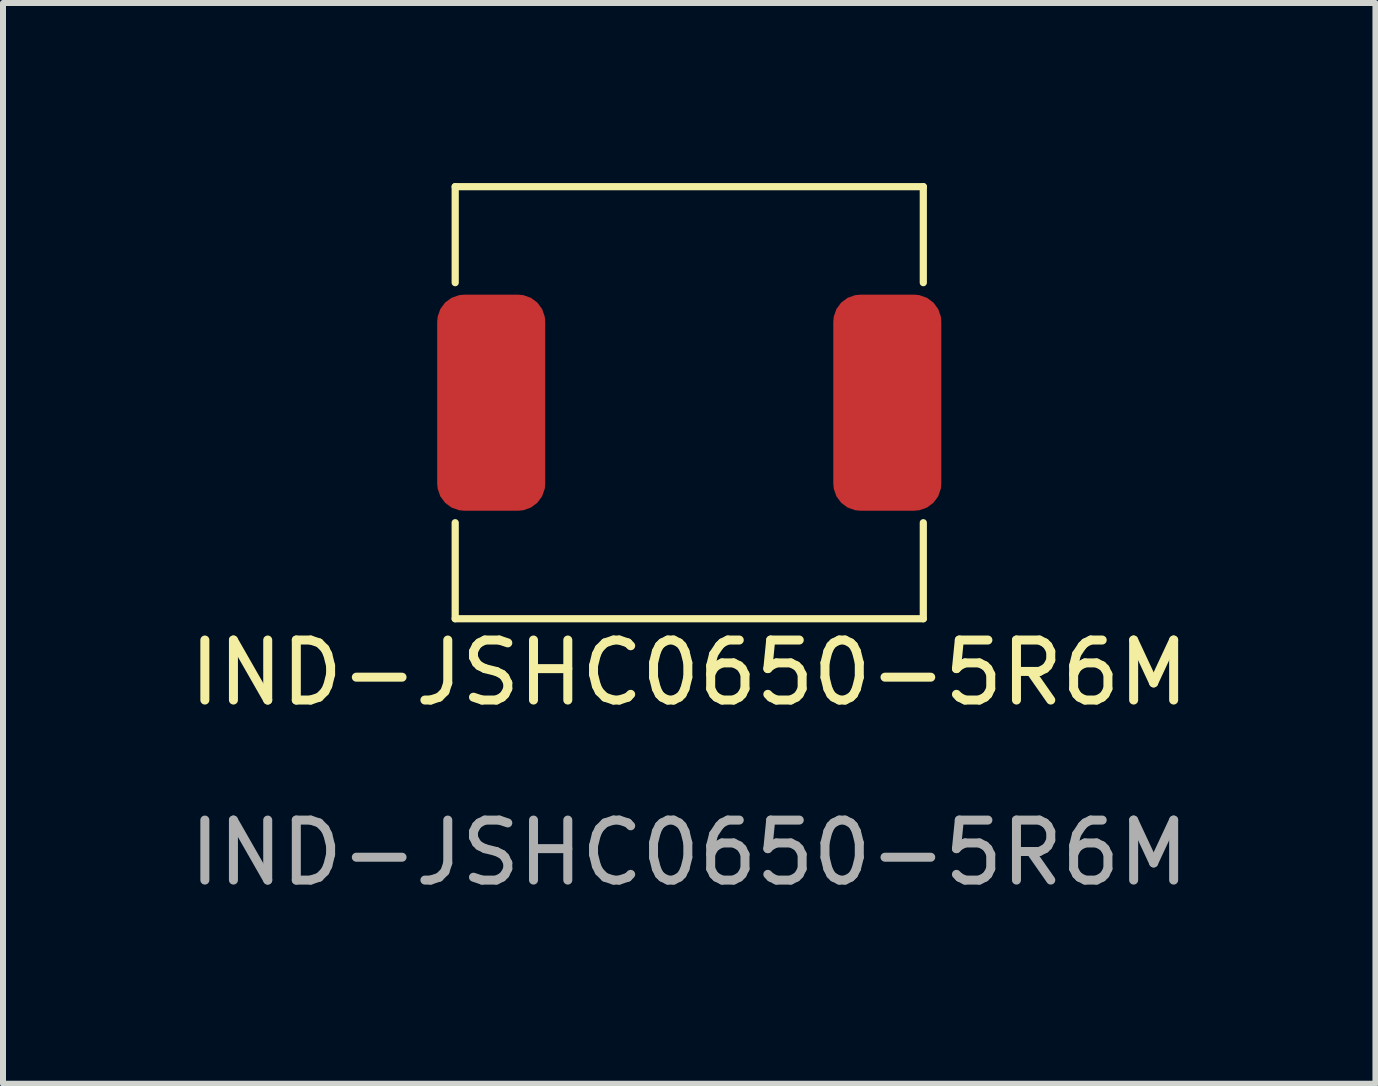
<source format=kicad_pcb>
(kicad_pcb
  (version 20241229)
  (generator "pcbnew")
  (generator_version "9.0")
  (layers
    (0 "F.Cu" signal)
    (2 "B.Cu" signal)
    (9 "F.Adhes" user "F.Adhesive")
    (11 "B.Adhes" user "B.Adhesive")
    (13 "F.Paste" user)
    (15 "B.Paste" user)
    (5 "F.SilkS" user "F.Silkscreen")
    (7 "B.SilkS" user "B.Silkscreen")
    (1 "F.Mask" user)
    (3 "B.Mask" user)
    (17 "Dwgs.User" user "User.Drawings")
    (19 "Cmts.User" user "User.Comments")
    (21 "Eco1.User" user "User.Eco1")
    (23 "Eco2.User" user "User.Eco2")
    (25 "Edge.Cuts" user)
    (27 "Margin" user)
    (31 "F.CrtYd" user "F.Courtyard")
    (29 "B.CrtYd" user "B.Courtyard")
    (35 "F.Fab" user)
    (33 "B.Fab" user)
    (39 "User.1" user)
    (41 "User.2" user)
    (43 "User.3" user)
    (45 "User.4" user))
  (footprint "IND-JSHC0650-5R6M"
    (layer "F.Cu")
    (at 8.435 3.66)
    (property "Reference" "IND-JSHC0650-5R6M" (at 0 4.5 0) (unlocked yes) (layer "F.SilkS") (effects (font (size 1 1) (thickness 0.15))))
    (attr smd)
    (fp_line (start -3.9 -3.6) (end -3.9 -2) (stroke (width 0.12) (type solid)) (layer "F.SilkS"))
    (fp_line (start -3.9 -3.6) (end 3.9 -3.6) (stroke (width 0.12) (type solid)) (layer "F.SilkS"))
    (fp_line (start -3.9 2) (end -3.9 3.6) (stroke (width 0.12) (type solid)) (layer "F.SilkS"))
    (fp_line (start -3.9 3.6) (end 3.9 3.6) (stroke (width 0.12) (type solid)) (layer "F.SilkS"))
    (fp_line (start 3.9 -3.6) (end 3.9 -2) (stroke (width 0.12) (type solid)) (layer "F.SilkS"))
    (fp_line (start 3.9 2) (end 3.9 3.6) (stroke (width 0.12) (type solid)) (layer "F.SilkS"))
    (fp_text user "${REFERENCE}" (at 0 7.5 0) (unlocked yes) (layer "F.Fab") (effects (font (size 1 1) (thickness 0.15))))
    (pad "1" smd roundrect (at -3.3 0) (size 1.8 3.6) (layers "F.Cu" "F.Mask" "F.Paste") (roundrect_rratio 0.25))
    (pad "2" smd roundrect (at 3.3 0) (size 1.8 3.6) (layers "F.Cu" "F.Mask" "F.Paste") (roundrect_rratio 0.25)))
  (gr_rect
    (start -3 -3)
    (end 19.869 15.008)
    (stroke (width 0.1) (type default))
    (fill no)
    (layer "Edge.Cuts")))
</source>
